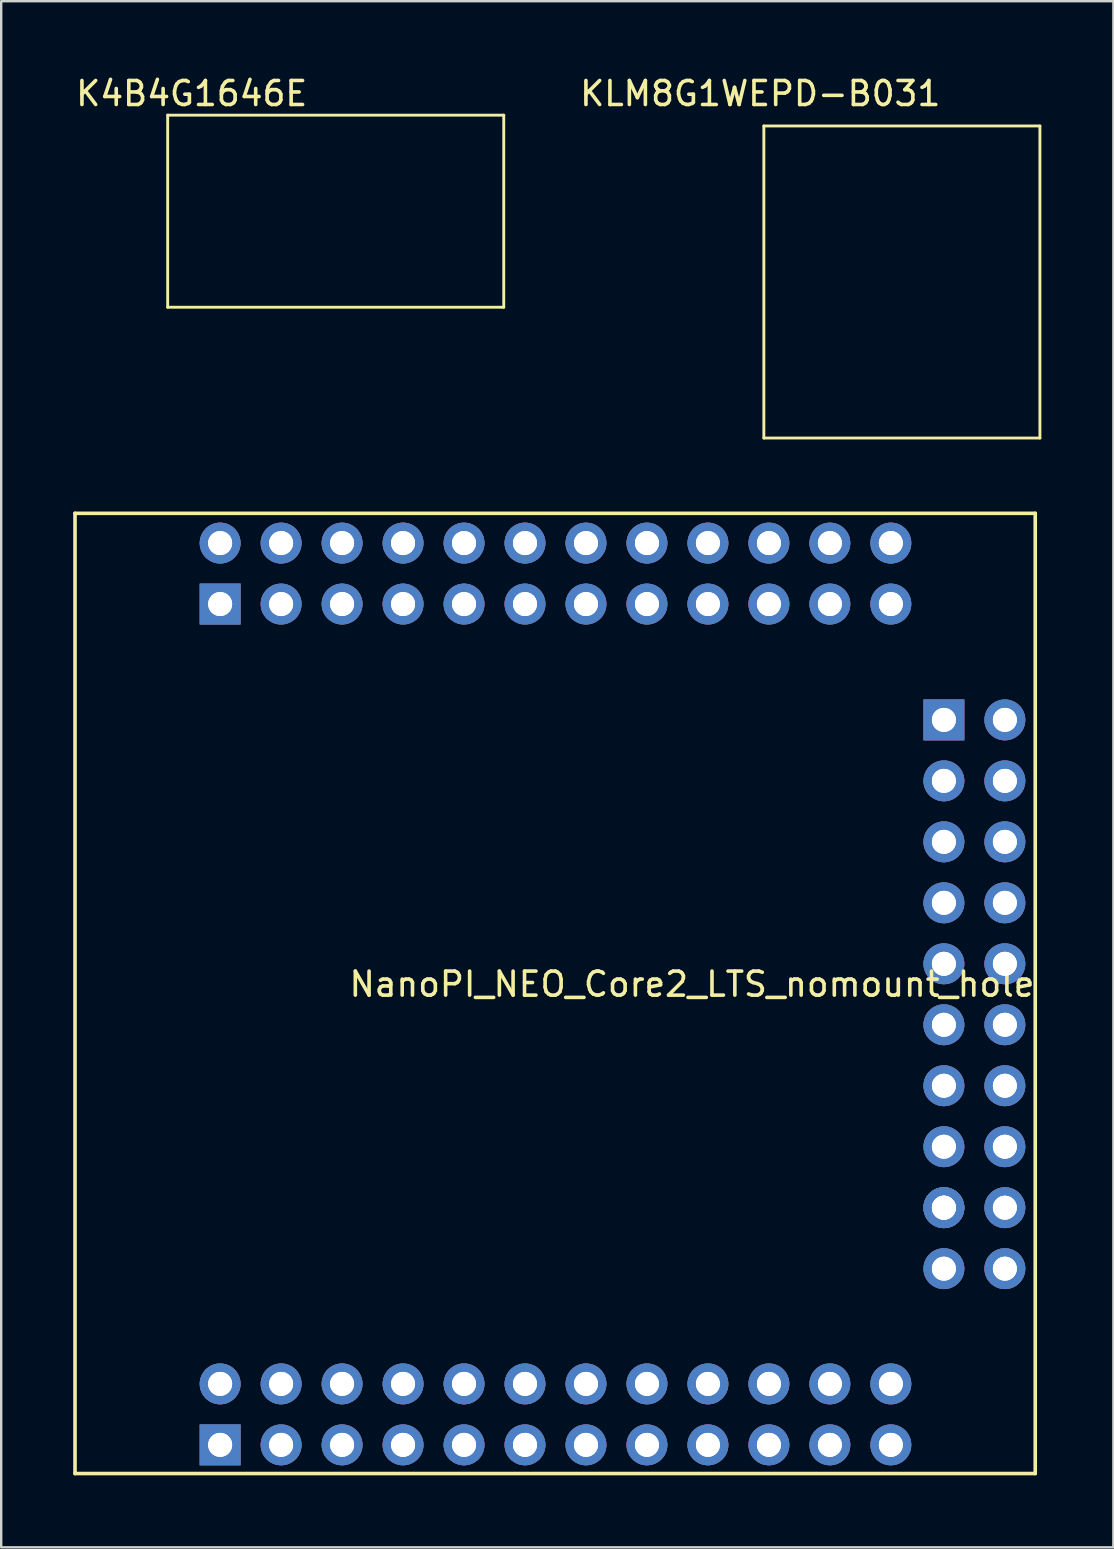
<source format=kicad_pcb>
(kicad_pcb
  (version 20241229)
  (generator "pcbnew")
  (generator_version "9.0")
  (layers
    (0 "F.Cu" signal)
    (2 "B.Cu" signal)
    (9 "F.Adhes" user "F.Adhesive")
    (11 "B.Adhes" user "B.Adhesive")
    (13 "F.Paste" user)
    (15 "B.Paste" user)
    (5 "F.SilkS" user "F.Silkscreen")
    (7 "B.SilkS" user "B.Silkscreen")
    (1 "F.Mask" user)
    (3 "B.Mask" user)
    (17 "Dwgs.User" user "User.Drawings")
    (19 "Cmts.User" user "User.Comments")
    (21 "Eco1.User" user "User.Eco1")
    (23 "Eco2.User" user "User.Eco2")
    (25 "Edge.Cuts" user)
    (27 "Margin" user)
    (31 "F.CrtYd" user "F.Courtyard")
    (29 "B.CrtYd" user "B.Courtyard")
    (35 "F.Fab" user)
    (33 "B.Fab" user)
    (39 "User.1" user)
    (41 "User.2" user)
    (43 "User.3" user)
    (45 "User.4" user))
  (footprint "KLM8G1WEPD-B031"
    (layer "F.Cu")
    (at 28.77 2.198)
    (property "Reference" "KLM8G1WEPD-B031" (at -0.15 -1.35 0) (layer "F.SilkS") (effects (font (size 1 1) (thickness 0.15))))
    (attr through_hole)
    (fp_line (start 0 0) (end 11.5 0) (stroke (width 0.12) (type solid)) (layer "F.SilkS"))
    (fp_line (start 0 13) (end 0 0) (stroke (width 0.12) (type solid)) (layer "F.SilkS"))
    (fp_line (start 11.5 0) (end 11.5 13) (stroke (width 0.12) (type solid)) (layer "F.SilkS"))
    (fp_line (start 11.5 13) (end 0 13) (stroke (width 0.12) (type solid)) (layer "F.SilkS")))
  (footprint "NanoPI_NEO_Core2_LTS_nomount_hole"
    (layer "F.Cu")
    (at 20.075 38.333)
    (property "Reference" "NanoPI_NEO_Core2_LTS_nomount_hole" (at 5.701 -0.385 0) (layer "F.SilkS") (effects (font (size 1 1) (thickness 0.15))))
    (attr through_hole)
    (fp_line (start -20 -20) (end 20 -20) (stroke (width 0.15) (type solid)) (layer "F.SilkS"))
    (fp_line (start -20 20) (end -20 -20) (stroke (width 0.15) (type solid)) (layer "F.SilkS"))
    (fp_line (start 20 -20) (end 20 20) (stroke (width 0.15) (type solid)) (layer "F.SilkS"))
    (fp_line (start 20 20) (end -20 20) (stroke (width 0.15) (type solid)) (layer "F.SilkS"))
    (pad "a1" thru_hole rect (at -13.955 18.806) (size 1.7 1.7) (drill 1) (layers "*.Cu" "*.Mask"))
    (pad "a1" thru_hole rect (at -13.955 18.806) (size 1.7 1.7) (drill 1) (layers "*.Cu" "*.Mask"))
    (pad "a2" thru_hole circle (at -13.955 16.266) (size 1.7 1.7) (drill 1) (layers "*.Cu" "*.Mask"))
    (pad "a2" thru_hole circle (at -13.955 16.266) (size 1.7 1.7) (drill 1) (layers "*.Cu" "*.Mask"))
    (pad "a3" thru_hole circle (at -11.415 18.806) (size 1.7 1.7) (drill 1) (layers "*.Cu" "*.Mask"))
    (pad "a3" thru_hole circle (at -11.415 18.806) (size 1.7 1.7) (drill 1) (layers "*.Cu" "*.Mask"))
    (pad "a4" thru_hole circle (at -11.415 16.266) (size 1.7 1.7) (drill 1) (layers "*.Cu" "*.Mask"))
    (pad "a4" thru_hole circle (at -11.415 16.266) (size 1.7 1.7) (drill 1) (layers "*.Cu" "*.Mask"))
    (pad "a5" thru_hole circle (at -8.875 18.806) (size 1.7 1.7) (drill 1) (layers "*.Cu" "*.Mask"))
    (pad "a5" thru_hole circle (at -8.875 18.806) (size 1.7 1.7) (drill 1) (layers "*.Cu" "*.Mask"))
    (pad "a6" thru_hole circle (at -8.875 16.266) (size 1.7 1.7) (drill 1) (layers "*.Cu" "*.Mask"))
    (pad "a6" thru_hole circle (at -8.875 16.266) (size 1.7 1.7) (drill 1) (layers "*.Cu" "*.Mask"))
    (pad "a7" thru_hole circle (at -6.335 18.806) (size 1.7 1.7) (drill 1) (layers "*.Cu" "*.Mask"))
    (pad "a7" thru_hole circle (at -6.335 18.806) (size 1.7 1.7) (drill 1) (layers "*.Cu" "*.Mask"))
    (pad "a8" thru_hole circle (at -6.335 16.266) (size 1.7 1.7) (drill 1) (layers "*.Cu" "*.Mask"))
    (pad "a8" thru_hole circle (at -6.335 16.266) (size 1.7 1.7) (drill 1) (layers "*.Cu" "*.Mask"))
    (pad "a9" thru_hole circle (at -3.795 18.806) (size 1.7 1.7) (drill 1) (layers "*.Cu" "*.Mask"))
    (pad "a9" thru_hole circle (at -3.795 18.806) (size 1.7 1.7) (drill 1) (layers "*.Cu" "*.Mask"))
    (pad "a10" thru_hole circle (at -3.795 16.266) (size 1.7 1.7) (drill 1) (layers "*.Cu" "*.Mask"))
    (pad "a10" thru_hole circle (at -3.795 16.266) (size 1.7 1.7) (drill 1) (layers "*.Cu" "*.Mask"))
    (pad "a11" thru_hole circle (at -1.255 18.806) (size 1.7 1.7) (drill 1) (layers "*.Cu" "*.Mask"))
    (pad "a11" thru_hole circle (at -1.255 18.806) (size 1.7 1.7) (drill 1) (layers "*.Cu" "*.Mask"))
    (pad "a12" thru_hole circle (at -1.255 16.266) (size 1.7 1.7) (drill 1) (layers "*.Cu" "*.Mask"))
    (pad "a12" thru_hole circle (at -1.255 16.266) (size 1.7 1.7) (drill 1) (layers "*.Cu" "*.Mask"))
    (pad "a13" thru_hole circle (at 1.285 18.806) (size 1.7 1.7) (drill 1) (layers "*.Cu" "*.Mask"))
    (pad "a13" thru_hole circle (at 1.285 18.806) (size 1.7 1.7) (drill 1) (layers "*.Cu" "*.Mask"))
    (pad "a14" thru_hole circle (at 1.285 16.266) (size 1.7 1.7) (drill 1) (layers "*.Cu" "*.Mask"))
    (pad "a14" thru_hole circle (at 1.285 16.266) (size 1.7 1.7) (drill 1) (layers "*.Cu" "*.Mask"))
    (pad "a15" thru_hole circle (at 3.825 18.806) (size 1.7 1.7) (drill 1) (layers "*.Cu" "*.Mask"))
    (pad "a15" thru_hole circle (at 3.825 18.806) (size 1.7 1.7) (drill 1) (layers "*.Cu" "*.Mask"))
    (pad "a16" thru_hole circle (at 3.825 16.266) (size 1.7 1.7) (drill 1) (layers "*.Cu" "*.Mask"))
    (pad "a16" thru_hole circle (at 3.825 16.266) (size 1.7 1.7) (drill 1) (layers "*.Cu" "*.Mask"))
    (pad "a17" thru_hole circle (at 6.365 18.806) (size 1.7 1.7) (drill 1) (layers "*.Cu" "*.Mask"))
    (pad "a17" thru_hole circle (at 6.365 18.806) (size 1.7 1.7) (drill 1) (layers "*.Cu" "*.Mask"))
    (pad "a18" thru_hole circle (at 6.365 16.266) (size 1.7 1.7) (drill 1) (layers "*.Cu" "*.Mask"))
    (pad "a18" thru_hole circle (at 6.365 16.266) (size 1.7 1.7) (drill 1) (layers "*.Cu" "*.Mask"))
    (pad "a19" thru_hole circle (at 8.905 18.806) (size 1.7 1.7) (drill 1) (layers "*.Cu" "*.Mask"))
    (pad "a19" thru_hole circle (at 8.905 18.806) (size 1.7 1.7) (drill 1) (layers "*.Cu" "*.Mask"))
    (pad "a20" thru_hole circle (at 8.905 16.266) (size 1.7 1.7) (drill 1) (layers "*.Cu" "*.Mask"))
    (pad "a20" thru_hole circle (at 8.905 16.266) (size 1.7 1.7) (drill 1) (layers "*.Cu" "*.Mask"))
    (pad "a21" thru_hole circle (at 11.445 18.806) (size 1.7 1.7) (drill 1) (layers "*.Cu" "*.Mask"))
    (pad "a21" thru_hole circle (at 11.445 18.806) (size 1.7 1.7) (drill 1) (layers "*.Cu" "*.Mask"))
    (pad "a22" thru_hole circle (at 11.445 16.266) (size 1.7 1.7) (drill 1) (layers "*.Cu" "*.Mask"))
    (pad "a22" thru_hole circle (at 11.445 16.266) (size 1.7 1.7) (drill 1) (layers "*.Cu" "*.Mask"))
    (pad "a23" thru_hole circle (at 13.985 18.806) (size 1.7 1.7) (drill 1) (layers "*.Cu" "*.Mask"))
    (pad "a23" thru_hole circle (at 13.985 18.806) (size 1.7 1.7) (drill 1) (layers "*.Cu" "*.Mask"))
    (pad "a24" thru_hole circle (at 13.985 16.266) (size 1.7 1.7) (drill 1) (layers "*.Cu" "*.Mask"))
    (pad "a24" thru_hole circle (at 13.985 16.266) (size 1.7 1.7) (drill 1) (layers "*.Cu" "*.Mask"))
    (pad "b1" thru_hole rect (at -13.955 -16.22) (size 1.7 1.7) (drill 1) (layers "*.Cu" "*.Mask"))
    (pad "b1" thru_hole rect (at -13.955 -16.22) (size 1.7 1.7) (drill 1) (layers "*.Cu" "*.Mask"))
    (pad "b2" thru_hole circle (at -13.955 -18.76) (size 1.7 1.7) (drill 1) (layers "*.Cu" "*.Mask"))
    (pad "b2" thru_hole circle (at -13.955 -18.76) (size 1.7 1.7) (drill 1) (layers "*.Cu" "*.Mask"))
    (pad "b3" thru_hole circle (at -11.415 -16.22) (size 1.7 1.7) (drill 1) (layers "*.Cu" "*.Mask"))
    (pad "b3" thru_hole circle (at -11.415 -16.22) (size 1.7 1.7) (drill 1) (layers "*.Cu" "*.Mask"))
    (pad "b4" thru_hole circle (at -11.415 -18.76) (size 1.7 1.7) (drill 1) (layers "*.Cu" "*.Mask"))
    (pad "b4" thru_hole circle (at -11.415 -18.76) (size 1.7 1.7) (drill 1) (layers "*.Cu" "*.Mask"))
    (pad "b5" thru_hole circle (at -8.875 -16.22) (size 1.7 1.7) (drill 1) (layers "*.Cu" "*.Mask"))
    (pad "b5" thru_hole circle (at -8.875 -16.22) (size 1.7 1.7) (drill 1) (layers "*.Cu" "*.Mask"))
    (pad "b6" thru_hole circle (at -8.875 -18.76) (size 1.7 1.7) (drill 1) (layers "*.Cu" "*.Mask"))
    (pad "b6" thru_hole circle (at -8.875 -18.76) (size 1.7 1.7) (drill 1) (layers "*.Cu" "*.Mask"))
    (pad "b7" thru_hole circle (at -6.335 -16.22) (size 1.7 1.7) (drill 1) (layers "*.Cu" "*.Mask"))
    (pad "b7" thru_hole circle (at -6.335 -16.22) (size 1.7 1.7) (drill 1) (layers "*.Cu" "*.Mask"))
    (pad "b8" thru_hole circle (at -6.335 -18.76) (size 1.7 1.7) (drill 1) (layers "*.Cu" "*.Mask"))
    (pad "b8" thru_hole circle (at -6.335 -18.76) (size 1.7 1.7) (drill 1) (layers "*.Cu" "*.Mask"))
    (pad "b9" thru_hole circle (at -3.795 -16.22) (size 1.7 1.7) (drill 1) (layers "*.Cu" "*.Mask"))
    (pad "b9" thru_hole circle (at -3.795 -16.22) (size 1.7 1.7) (drill 1) (layers "*.Cu" "*.Mask"))
    (pad "b10" thru_hole circle (at -3.795 -18.76) (size 1.7 1.7) (drill 1) (layers "*.Cu" "*.Mask"))
    (pad "b10" thru_hole circle (at -3.795 -18.76) (size 1.7 1.7) (drill 1) (layers "*.Cu" "*.Mask"))
    (pad "b11" thru_hole circle (at -1.255 -16.22) (size 1.7 1.7) (drill 1) (layers "*.Cu" "*.Mask"))
    (pad "b11" thru_hole circle (at -1.255 -16.22) (size 1.7 1.7) (drill 1) (layers "*.Cu" "*.Mask"))
    (pad "b12" thru_hole circle (at -1.255 -18.76) (size 1.7 1.7) (drill 1) (layers "*.Cu" "*.Mask"))
    (pad "b12" thru_hole circle (at -1.255 -18.76) (size 1.7 1.7) (drill 1) (layers "*.Cu" "*.Mask"))
    (pad "b13" thru_hole circle (at 1.285 -16.22) (size 1.7 1.7) (drill 1) (layers "*.Cu" "*.Mask"))
    (pad "b13" thru_hole circle (at 1.285 -16.22) (size 1.7 1.7) (drill 1) (layers "*.Cu" "*.Mask"))
    (pad "b14" thru_hole circle (at 1.285 -18.76) (size 1.7 1.7) (drill 1) (layers "*.Cu" "*.Mask"))
    (pad "b14" thru_hole circle (at 1.285 -18.76) (size 1.7 1.7) (drill 1) (layers "*.Cu" "*.Mask"))
    (pad "b15" thru_hole circle (at 3.825 -16.22) (size 1.7 1.7) (drill 1) (layers "*.Cu" "*.Mask"))
    (pad "b15" thru_hole circle (at 3.825 -16.22) (size 1.7 1.7) (drill 1) (layers "*.Cu" "*.Mask"))
    (pad "b16" thru_hole circle (at 3.825 -18.76) (size 1.7 1.7) (drill 1) (layers "*.Cu" "*.Mask"))
    (pad "b16" thru_hole circle (at 3.825 -18.76) (size 1.7 1.7) (drill 1) (layers "*.Cu" "*.Mask"))
    (pad "b17" thru_hole circle (at 6.365 -16.22) (size 1.7 1.7) (drill 1) (layers "*.Cu" "*.Mask"))
    (pad "b17" thru_hole circle (at 6.365 -16.22) (size 1.7 1.7) (drill 1) (layers "*.Cu" "*.Mask"))
    (pad "b18" thru_hole circle (at 6.365 -18.76) (size 1.7 1.7) (drill 1) (layers "*.Cu" "*.Mask"))
    (pad "b18" thru_hole circle (at 6.365 -18.76) (size 1.7 1.7) (drill 1) (layers "*.Cu" "*.Mask"))
    (pad "b19" thru_hole circle (at 8.905 -16.22) (size 1.7 1.7) (drill 1) (layers "*.Cu" "*.Mask"))
    (pad "b19" thru_hole circle (at 8.905 -16.22) (size 1.7 1.7) (drill 1) (layers "*.Cu" "*.Mask"))
    (pad "b20" thru_hole circle (at 8.905 -18.76) (size 1.7 1.7) (drill 1) (layers "*.Cu" "*.Mask"))
    (pad "b20" thru_hole circle (at 8.905 -18.76) (size 1.7 1.7) (drill 1) (layers "*.Cu" "*.Mask"))
    (pad "b21" thru_hole circle (at 11.445 -16.22) (size 1.7 1.7) (drill 1) (layers "*.Cu" "*.Mask"))
    (pad "b21" thru_hole circle (at 11.445 -16.22) (size 1.7 1.7) (drill 1) (layers "*.Cu" "*.Mask"))
    (pad "b22" thru_hole circle (at 11.445 -18.76) (size 1.7 1.7) (drill 1) (layers "*.Cu" "*.Mask"))
    (pad "b22" thru_hole circle (at 11.445 -18.76) (size 1.7 1.7) (drill 1) (layers "*.Cu" "*.Mask"))
    (pad "b23" thru_hole circle (at 13.985 -16.22) (size 1.7 1.7) (drill 1) (layers "*.Cu" "*.Mask"))
    (pad "b23" thru_hole circle (at 13.985 -16.22) (size 1.7 1.7) (drill 1) (layers "*.Cu" "*.Mask"))
    (pad "b24" thru_hole circle (at 13.985 -18.76) (size 1.7 1.7) (drill 1) (layers "*.Cu" "*.Mask"))
    (pad "b24" thru_hole circle (at 13.985 -18.76) (size 1.7 1.7) (drill 1) (layers "*.Cu" "*.Mask"))
    (pad "c1" thru_hole rect (at 16.195 -11.394 270) (size 1.7 1.7) (drill 1) (layers "*.Cu" "*.Mask"))
    (pad "c1" thru_hole rect (at 16.195 -11.394 270) (size 1.7 1.7) (drill 1) (layers "*.Cu" "*.Mask"))
    (pad "c2" thru_hole circle (at 18.735 -11.394 270) (size 1.7 1.7) (drill 1) (layers "*.Cu" "*.Mask"))
    (pad "c2" thru_hole circle (at 18.735 -11.394 270) (size 1.7 1.7) (drill 1) (layers "*.Cu" "*.Mask"))
    (pad "c3" thru_hole circle (at 16.195 -8.854 270) (size 1.7 1.7) (drill 1) (layers "*.Cu" "*.Mask"))
    (pad "c3" thru_hole circle (at 16.195 -8.854 270) (size 1.7 1.7) (drill 1) (layers "*.Cu" "*.Mask"))
    (pad "c4" thru_hole circle (at 18.735 -8.854 270) (size 1.7 1.7) (drill 1) (layers "*.Cu" "*.Mask"))
    (pad "c4" thru_hole circle (at 18.735 -8.854 270) (size 1.7 1.7) (drill 1) (layers "*.Cu" "*.Mask"))
    (pad "c5" thru_hole circle (at 16.195 -6.314 270) (size 1.7 1.7) (drill 1) (layers "*.Cu" "*.Mask"))
    (pad "c5" thru_hole circle (at 16.195 -6.314 270) (size 1.7 1.7) (drill 1) (layers "*.Cu" "*.Mask"))
    (pad "c6" thru_hole circle (at 18.735 -6.314 270) (size 1.7 1.7) (drill 1) (layers "*.Cu" "*.Mask"))
    (pad "c6" thru_hole circle (at 18.735 -6.314 270) (size 1.7 1.7) (drill 1) (layers "*.Cu" "*.Mask"))
    (pad "c7" thru_hole circle (at 16.195 -3.774 270) (size 1.7 1.7) (drill 1) (layers "*.Cu" "*.Mask"))
    (pad "c7" thru_hole circle (at 16.195 -3.774 270) (size 1.7 1.7) (drill 1) (layers "*.Cu" "*.Mask"))
    (pad "c8" thru_hole circle (at 18.735 -3.774 270) (size 1.7 1.7) (drill 1) (layers "*.Cu" "*.Mask"))
    (pad "c8" thru_hole circle (at 18.735 -3.774 270) (size 1.7 1.7) (drill 1) (layers "*.Cu" "*.Mask"))
    (pad "c9" thru_hole circle (at 16.195 -1.234 270) (size 1.7 1.7) (drill 1) (layers "*.Cu" "*.Mask"))
    (pad "c9" thru_hole circle (at 16.195 -1.234 270) (size 1.7 1.7) (drill 1) (layers "*.Cu" "*.Mask"))
    (pad "c10" thru_hole circle (at 18.735 -1.234 270) (size 1.7 1.7) (drill 1) (layers "*.Cu" "*.Mask"))
    (pad "c10" thru_hole circle (at 18.735 -1.234 270) (size 1.7 1.7) (drill 1) (layers "*.Cu" "*.Mask"))
    (pad "c11" thru_hole circle (at 16.195 1.306 270) (size 1.7 1.7) (drill 1) (layers "*.Cu" "*.Mask"))
    (pad "c11" thru_hole circle (at 16.195 1.306 270) (size 1.7 1.7) (drill 1) (layers "*.Cu" "*.Mask"))
    (pad "c12" thru_hole circle (at 18.735 1.306 270) (size 1.7 1.7) (drill 1) (layers "*.Cu" "*.Mask"))
    (pad "c12" thru_hole circle (at 18.735 1.306 270) (size 1.7 1.7) (drill 1) (layers "*.Cu" "*.Mask"))
    (pad "c13" thru_hole circle (at 16.195 3.846 270) (size 1.7 1.7) (drill 1) (layers "*.Cu" "*.Mask"))
    (pad "c13" thru_hole circle (at 16.195 3.846 270) (size 1.7 1.7) (drill 1) (layers "*.Cu" "*.Mask"))
    (pad "c14" thru_hole circle (at 18.735 3.846 270) (size 1.7 1.7) (drill 1) (layers "*.Cu" "*.Mask"))
    (pad "c14" thru_hole circle (at 18.735 3.846 270) (size 1.7 1.7) (drill 1) (layers "*.Cu" "*.Mask"))
    (pad "c15" thru_hole circle (at 16.195 6.386 270) (size 1.7 1.7) (drill 1) (layers "*.Cu" "*.Mask"))
    (pad "c15" thru_hole circle (at 16.195 6.386 270) (size 1.7 1.7) (drill 1) (layers "*.Cu" "*.Mask"))
    (pad "c16" thru_hole circle (at 18.735 6.386 270) (size 1.7 1.7) (drill 1) (layers "*.Cu" "*.Mask"))
    (pad "c16" thru_hole circle (at 18.735 6.386 270) (size 1.7 1.7) (drill 1) (layers "*.Cu" "*.Mask"))
    (pad "c17" thru_hole circle (at 16.195 8.926 270) (size 1.7 1.7) (drill 1) (layers "*.Cu" "*.Mask"))
    (pad "c17" thru_hole circle (at 16.195 8.926 270) (size 1.7 1.7) (drill 1) (layers "*.Cu" "*.Mask"))
    (pad "c17" thru_hole circle (at 16.195 8.926 270) (size 1.7 1.7) (drill 1) (layers "*.Cu" "*.Mask"))
    (pad "c17" thru_hole circle (at 16.195 8.926 270) (size 1.7 1.7) (drill 1) (layers "*.Cu" "*.Mask"))
    (pad "c18" thru_hole circle (at 18.735 8.926 270) (size 1.7 1.7) (drill 1) (layers "*.Cu" "*.Mask"))
    (pad "c18" thru_hole circle (at 18.735 8.926 270) (size 1.7 1.7) (drill 1) (layers "*.Cu" "*.Mask"))
    (pad "c19" thru_hole circle (at 16.195 11.466 270) (size 1.7 1.7) (drill 1) (layers "*.Cu" "*.Mask"))
    (pad "c19" thru_hole circle (at 16.195 11.466 270) (size 1.7 1.7) (drill 1) (layers "*.Cu" "*.Mask"))
    (pad "c20" thru_hole circle (at 18.735 11.466 270) (size 1.7 1.7) (drill 1) (layers "*.Cu" "*.Mask"))
    (pad "c20" thru_hole circle (at 18.735 11.466 270) (size 1.7 1.7) (drill 1) (layers "*.Cu" "*.Mask")))
  (footprint "K4B4G1646E"
    (layer "F.Cu")
    (at 3.935 1.748)
    (property "Reference" "K4B4G1646E" (at 1 -0.9 0) (layer "F.SilkS") (effects (font (size 1 1) (thickness 0.15))))
    (attr through_hole)
    (fp_line (start 0 0) (end 14 0) (stroke (width 0.12) (type solid)) (layer "F.SilkS"))
    (fp_line (start 0 8) (end 0 0) (stroke (width 0.12) (type solid)) (layer "F.SilkS"))
    (fp_line (start 14 0) (end 14 8) (stroke (width 0.12) (type solid)) (layer "F.SilkS"))
    (fp_line (start 14 8) (end 0 8) (stroke (width 0.12) (type solid)) (layer "F.SilkS")))
  (gr_rect
    (start -3 -3)
    (end 43.33 61.408)
    (stroke (width 0.1) (type default))
    (fill no)
    (layer "Edge.Cuts")))
</source>
